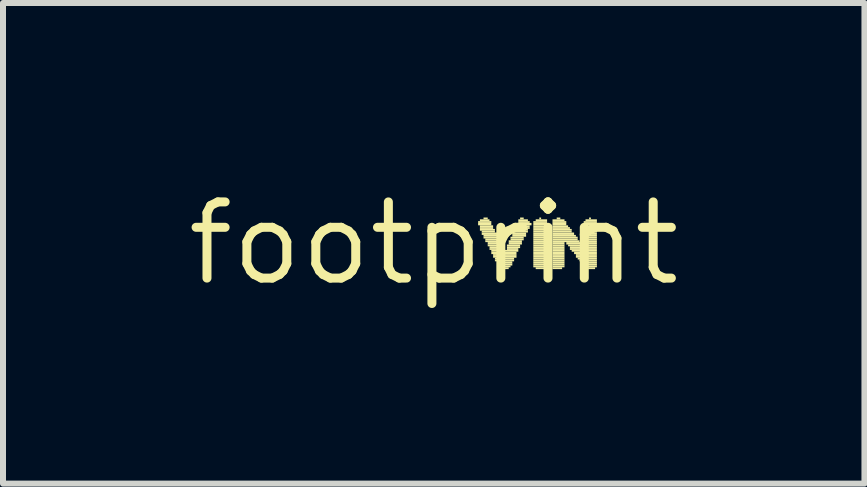
<source format=kicad_pcb>
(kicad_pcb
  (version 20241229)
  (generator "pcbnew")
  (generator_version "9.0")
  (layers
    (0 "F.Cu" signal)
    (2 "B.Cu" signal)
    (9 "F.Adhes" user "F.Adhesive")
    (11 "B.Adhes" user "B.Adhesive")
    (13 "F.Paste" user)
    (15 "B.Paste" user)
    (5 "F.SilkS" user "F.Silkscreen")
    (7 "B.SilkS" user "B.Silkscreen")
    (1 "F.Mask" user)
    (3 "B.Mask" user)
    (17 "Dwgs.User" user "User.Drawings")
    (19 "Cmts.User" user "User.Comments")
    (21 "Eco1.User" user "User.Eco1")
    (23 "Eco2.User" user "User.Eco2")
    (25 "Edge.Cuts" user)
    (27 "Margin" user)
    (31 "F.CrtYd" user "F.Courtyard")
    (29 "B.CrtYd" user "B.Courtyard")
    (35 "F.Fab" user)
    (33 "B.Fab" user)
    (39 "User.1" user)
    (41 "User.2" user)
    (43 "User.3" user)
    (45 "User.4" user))
  (footprint "footprint"
    (layer "F.Cu")
    (at 4.18 1.006)
    (property "Reference" "footprint" (at 0 0 0) (layer "F.SilkS") (effects (font (size 1.27 1.27) (thickness 0.15))))
    (fp_poly (pts (xy 0.74 -0.34) (xy 0.96 -0.34) (xy 0.96 -0.37) (xy 0.74 -0.37)) (stroke (width 0) (type solid)) (fill yes) (layer "F.SilkS"))
    (fp_poly (pts (xy 0.74 -0.3) (xy 0.96 -0.3) (xy 0.96 -0.34) (xy 0.74 -0.34)) (stroke (width 0) (type solid)) (fill yes) (layer "F.SilkS"))
    (fp_poly (pts (xy 0.77 -0.37) (xy 0.93 -0.37) (xy 0.93 -0.4) (xy 0.77 -0.4)) (stroke (width 0) (type solid)) (fill yes) (layer "F.SilkS"))
    (fp_poly (pts (xy 0.77 -0.27) (xy 0.99 -0.27) (xy 0.99 -0.3) (xy 0.77 -0.3)) (stroke (width 0) (type solid)) (fill yes) (layer "F.SilkS"))
    (fp_poly (pts (xy 0.77 -0.24) (xy 0.99 -0.24) (xy 0.99 -0.27) (xy 0.77 -0.27)) (stroke (width 0) (type solid)) (fill yes) (layer "F.SilkS"))
    (fp_poly (pts (xy 0.77 -0.21) (xy 1.02 -0.21) (xy 1.02 -0.24) (xy 0.77 -0.24)) (stroke (width 0) (type solid)) (fill yes) (layer "F.SilkS"))
    (fp_poly (pts (xy 0.8 -0.18) (xy 1.02 -0.18) (xy 1.02 -0.21) (xy 0.8 -0.21)) (stroke (width 0) (type solid)) (fill yes) (layer "F.SilkS"))
    (fp_poly (pts (xy 0.8 -0.14) (xy 1.06 -0.14) (xy 1.06 -0.18) (xy 0.8 -0.18)) (stroke (width 0) (type solid)) (fill yes) (layer "F.SilkS"))
    (fp_poly (pts (xy 0.83 -0.4) (xy 0.9 -0.4) (xy 0.9 -0.43) (xy 0.83 -0.43)) (stroke (width 0) (type solid)) (fill yes) (layer "F.SilkS"))
    (fp_poly (pts (xy 0.83 -0.11) (xy 1.06 -0.11) (xy 1.06 -0.14) (xy 0.83 -0.14)) (stroke (width 0) (type solid)) (fill yes) (layer "F.SilkS"))
    (fp_poly (pts (xy 0.83 -0.08) (xy 1.09 -0.08) (xy 1.09 -0.11) (xy 0.83 -0.11)) (stroke (width 0) (type solid)) (fill yes) (layer "F.SilkS"))
    (fp_poly (pts (xy 0.86 -0.05) (xy 1.09 -0.05) (xy 1.09 -0.08) (xy 0.86 -0.08)) (stroke (width 0) (type solid)) (fill yes) (layer "F.SilkS"))
    (fp_poly (pts (xy 0.86 -0.02) (xy 1.09 -0.02) (xy 1.09 -0.05) (xy 0.86 -0.05)) (stroke (width 0) (type solid)) (fill yes) (layer "F.SilkS"))
    (fp_poly (pts (xy 0.9 0.02) (xy 1.12 0.02) (xy 1.12 -0.02) (xy 0.9 -0.02)) (stroke (width 0) (type solid)) (fill yes) (layer "F.SilkS"))
    (fp_poly (pts (xy 0.9 0.05) (xy 1.12 0.05) (xy 1.12 0.02) (xy 0.9 0.02)) (stroke (width 0) (type solid)) (fill yes) (layer "F.SilkS"))
    (fp_poly (pts (xy 0.93 0.08) (xy 1.15 0.08) (xy 1.15 0.05) (xy 0.93 0.05)) (stroke (width 0) (type solid)) (fill yes) (layer "F.SilkS"))
    (fp_poly (pts (xy 0.93 0.11) (xy 1.15 0.11) (xy 1.15 0.08) (xy 0.93 0.08)) (stroke (width 0) (type solid)) (fill yes) (layer "F.SilkS"))
    (fp_poly (pts (xy 0.96 0.14) (xy 1.41 0.14) (xy 1.41 0.11) (xy 0.96 0.11)) (stroke (width 0) (type solid)) (fill yes) (layer "F.SilkS"))
    (fp_poly (pts (xy 0.96 0.18) (xy 1.38 0.18) (xy 1.38 0.14) (xy 0.96 0.14)) (stroke (width 0) (type solid)) (fill yes) (layer "F.SilkS"))
    (fp_poly (pts (xy 0.99 0.21) (xy 1.38 0.21) (xy 1.38 0.18) (xy 0.99 0.18)) (stroke (width 0) (type solid)) (fill yes) (layer "F.SilkS"))
    (fp_poly (pts (xy 0.99 0.24) (xy 1.38 0.24) (xy 1.38 0.21) (xy 0.99 0.21)) (stroke (width 0) (type solid)) (fill yes) (layer "F.SilkS"))
    (fp_poly (pts (xy 1.02 0.27) (xy 1.34 0.27) (xy 1.34 0.24) (xy 1.02 0.24)) (stroke (width 0) (type solid)) (fill yes) (layer "F.SilkS"))
    (fp_poly (pts (xy 1.02 0.3) (xy 1.34 0.3) (xy 1.34 0.27) (xy 1.02 0.27)) (stroke (width 0) (type solid)) (fill yes) (layer "F.SilkS"))
    (fp_poly (pts (xy 1.06 0.34) (xy 1.31 0.34) (xy 1.31 0.3) (xy 1.06 0.3)) (stroke (width 0) (type solid)) (fill yes) (layer "F.SilkS"))
    (fp_poly (pts (xy 1.06 0.37) (xy 1.31 0.37) (xy 1.31 0.34) (xy 1.06 0.34)) (stroke (width 0) (type solid)) (fill yes) (layer "F.SilkS"))
    (fp_poly (pts (xy 1.09 0.4) (xy 1.28 0.4) (xy 1.28 0.37) (xy 1.09 0.37)) (stroke (width 0) (type solid)) (fill yes) (layer "F.SilkS"))
    (fp_poly (pts (xy 1.12 0.43) (xy 1.25 0.43) (xy 1.25 0.4) (xy 1.12 0.4)) (stroke (width 0) (type solid)) (fill yes) (layer "F.SilkS"))
    (fp_poly (pts (xy 1.22 0.05) (xy 1.44 0.05) (xy 1.44 0.02) (xy 1.22 0.02)) (stroke (width 0) (type solid)) (fill yes) (layer "F.SilkS"))
    (fp_poly (pts (xy 1.22 0.08) (xy 1.44 0.08) (xy 1.44 0.05) (xy 1.22 0.05)) (stroke (width 0) (type solid)) (fill yes) (layer "F.SilkS"))
    (fp_poly (pts (xy 1.22 0.11) (xy 1.41 0.11) (xy 1.41 0.08) (xy 1.22 0.08)) (stroke (width 0) (type solid)) (fill yes) (layer "F.SilkS"))
    (fp_poly (pts (xy 1.25 -0.02) (xy 1.47 -0.02) (xy 1.47 -0.05) (xy 1.25 -0.05)) (stroke (width 0) (type solid)) (fill yes) (layer "F.SilkS"))
    (fp_poly (pts (xy 1.25 0.02) (xy 1.47 0.02) (xy 1.47 -0.02) (xy 1.25 -0.02)) (stroke (width 0) (type solid)) (fill yes) (layer "F.SilkS"))
    (fp_poly (pts (xy 1.28 -0.08) (xy 1.5 -0.08) (xy 1.5 -0.11) (xy 1.28 -0.11)) (stroke (width 0) (type solid)) (fill yes) (layer "F.SilkS"))
    (fp_poly (pts (xy 1.28 -0.05) (xy 1.5 -0.05) (xy 1.5 -0.08) (xy 1.28 -0.08)) (stroke (width 0) (type solid)) (fill yes) (layer "F.SilkS"))
    (fp_poly (pts (xy 1.31 -0.14) (xy 1.54 -0.14) (xy 1.54 -0.18) (xy 1.31 -0.18)) (stroke (width 0) (type solid)) (fill yes) (layer "F.SilkS"))
    (fp_poly (pts (xy 1.31 -0.11) (xy 1.54 -0.11) (xy 1.54 -0.14) (xy 1.31 -0.14)) (stroke (width 0) (type solid)) (fill yes) (layer "F.SilkS"))
    (fp_poly (pts (xy 1.34 -0.21) (xy 1.57 -0.21) (xy 1.57 -0.24) (xy 1.34 -0.24)) (stroke (width 0) (type solid)) (fill yes) (layer "F.SilkS"))
    (fp_poly (pts (xy 1.34 -0.18) (xy 1.57 -0.18) (xy 1.57 -0.21) (xy 1.34 -0.21)) (stroke (width 0) (type solid)) (fill yes) (layer "F.SilkS"))
    (fp_poly (pts (xy 1.38 -0.3) (xy 1.63 -0.3) (xy 1.63 -0.34) (xy 1.38 -0.34)) (stroke (width 0) (type solid)) (fill yes) (layer "F.SilkS"))
    (fp_poly (pts (xy 1.38 -0.27) (xy 1.6 -0.27) (xy 1.6 -0.3) (xy 1.38 -0.3)) (stroke (width 0) (type solid)) (fill yes) (layer "F.SilkS"))
    (fp_poly (pts (xy 1.38 -0.24) (xy 1.6 -0.24) (xy 1.6 -0.27) (xy 1.38 -0.27)) (stroke (width 0) (type solid)) (fill yes) (layer "F.SilkS"))
    (fp_poly (pts (xy 1.41 -0.37) (xy 1.57 -0.37) (xy 1.57 -0.4) (xy 1.41 -0.4)) (stroke (width 0) (type solid)) (fill yes) (layer "F.SilkS"))
    (fp_poly (pts (xy 1.41 -0.34) (xy 1.6 -0.34) (xy 1.6 -0.37) (xy 1.41 -0.37)) (stroke (width 0) (type solid)) (fill yes) (layer "F.SilkS"))
    (fp_poly (pts (xy 1.44 -0.4) (xy 1.5 -0.4) (xy 1.5 -0.43) (xy 1.44 -0.43)) (stroke (width 0) (type solid)) (fill yes) (layer "F.SilkS"))
    (fp_poly (pts (xy 1.66 -0.34) (xy 1.89 -0.34) (xy 1.89 -0.37) (xy 1.66 -0.37)) (stroke (width 0) (type solid)) (fill yes) (layer "F.SilkS"))
    (fp_poly (pts (xy 1.66 -0.3) (xy 1.89 -0.3) (xy 1.89 -0.34) (xy 1.66 -0.34)) (stroke (width 0) (type solid)) (fill yes) (layer "F.SilkS"))
    (fp_poly (pts (xy 1.66 -0.27) (xy 1.89 -0.27) (xy 1.89 -0.3) (xy 1.66 -0.3)) (stroke (width 0) (type solid)) (fill yes) (layer "F.SilkS"))
    (fp_poly (pts (xy 1.66 -0.24) (xy 1.89 -0.24) (xy 1.89 -0.27) (xy 1.66 -0.27)) (stroke (width 0) (type solid)) (fill yes) (layer "F.SilkS"))
    (fp_poly (pts (xy 1.66 -0.21) (xy 1.89 -0.21) (xy 1.89 -0.24) (xy 1.66 -0.24)) (stroke (width 0) (type solid)) (fill yes) (layer "F.SilkS"))
    (fp_poly (pts (xy 1.66 -0.18) (xy 1.89 -0.18) (xy 1.89 -0.21) (xy 1.66 -0.21)) (stroke (width 0) (type solid)) (fill yes) (layer "F.SilkS"))
    (fp_poly (pts (xy 1.66 -0.14) (xy 1.89 -0.14) (xy 1.89 -0.18) (xy 1.66 -0.18)) (stroke (width 0) (type solid)) (fill yes) (layer "F.SilkS"))
    (fp_poly (pts (xy 1.66 -0.11) (xy 1.89 -0.11) (xy 1.89 -0.14) (xy 1.66 -0.14)) (stroke (width 0) (type solid)) (fill yes) (layer "F.SilkS"))
    (fp_poly (pts (xy 1.66 -0.08) (xy 1.89 -0.08) (xy 1.89 -0.11) (xy 1.66 -0.11)) (stroke (width 0) (type solid)) (fill yes) (layer "F.SilkS"))
    (fp_poly (pts (xy 1.66 -0.05) (xy 1.89 -0.05) (xy 1.89 -0.08) (xy 1.66 -0.08)) (stroke (width 0) (type solid)) (fill yes) (layer "F.SilkS"))
    (fp_poly (pts (xy 1.66 -0.02) (xy 1.89 -0.02) (xy 1.89 -0.05) (xy 1.66 -0.05)) (stroke (width 0) (type solid)) (fill yes) (layer "F.SilkS"))
    (fp_poly (pts (xy 1.66 0.02) (xy 1.89 0.02) (xy 1.89 -0.02) (xy 1.66 -0.02)) (stroke (width 0) (type solid)) (fill yes) (layer "F.SilkS"))
    (fp_poly (pts (xy 1.66 0.05) (xy 1.89 0.05) (xy 1.89 0.02) (xy 1.66 0.02)) (stroke (width 0) (type solid)) (fill yes) (layer "F.SilkS"))
    (fp_poly (pts (xy 1.66 0.08) (xy 1.89 0.08) (xy 1.89 0.05) (xy 1.66 0.05)) (stroke (width 0) (type solid)) (fill yes) (layer "F.SilkS"))
    (fp_poly (pts (xy 1.66 0.11) (xy 1.89 0.11) (xy 1.89 0.08) (xy 1.66 0.08)) (stroke (width 0) (type solid)) (fill yes) (layer "F.SilkS"))
    (fp_poly (pts (xy 1.66 0.14) (xy 1.89 0.14) (xy 1.89 0.11) (xy 1.66 0.11)) (stroke (width 0) (type solid)) (fill yes) (layer "F.SilkS"))
    (fp_poly (pts (xy 1.66 0.18) (xy 1.89 0.18) (xy 1.89 0.14) (xy 1.66 0.14)) (stroke (width 0) (type solid)) (fill yes) (layer "F.SilkS"))
    (fp_poly (pts (xy 1.66 0.21) (xy 1.89 0.21) (xy 1.89 0.18) (xy 1.66 0.18)) (stroke (width 0) (type solid)) (fill yes) (layer "F.SilkS"))
    (fp_poly (pts (xy 1.66 0.24) (xy 1.89 0.24) (xy 1.89 0.21) (xy 1.66 0.21)) (stroke (width 0) (type solid)) (fill yes) (layer "F.SilkS"))
    (fp_poly (pts (xy 1.66 0.27) (xy 1.89 0.27) (xy 1.89 0.24) (xy 1.66 0.24)) (stroke (width 0) (type solid)) (fill yes) (layer "F.SilkS"))
    (fp_poly (pts (xy 1.66 0.3) (xy 1.89 0.3) (xy 1.89 0.27) (xy 1.66 0.27)) (stroke (width 0) (type solid)) (fill yes) (layer "F.SilkS"))
    (fp_poly (pts (xy 1.66 0.34) (xy 1.89 0.34) (xy 1.89 0.3) (xy 1.66 0.3)) (stroke (width 0) (type solid)) (fill yes) (layer "F.SilkS"))
    (fp_poly (pts (xy 1.66 0.37) (xy 1.89 0.37) (xy 1.89 0.34) (xy 1.66 0.34)) (stroke (width 0) (type solid)) (fill yes) (layer "F.SilkS"))
    (fp_poly (pts (xy 1.66 0.4) (xy 1.89 0.4) (xy 1.89 0.37) (xy 1.66 0.37)) (stroke (width 0) (type solid)) (fill yes) (layer "F.SilkS"))
    (fp_poly (pts (xy 1.7 -0.37) (xy 1.89 -0.37) (xy 1.89 -0.4) (xy 1.7 -0.4)) (stroke (width 0) (type solid)) (fill yes) (layer "F.SilkS"))
    (fp_poly (pts (xy 1.7 0.43) (xy 1.86 0.43) (xy 1.86 0.4) (xy 1.7 0.4)) (stroke (width 0) (type solid)) (fill yes) (layer "F.SilkS"))
    (fp_poly (pts (xy 1.76 -0.4) (xy 1.79 -0.4) (xy 1.79 -0.43) (xy 1.76 -0.43)) (stroke (width 0) (type solid)) (fill yes) (layer "F.SilkS"))
    (fp_poly (pts (xy 1.98 -0.37) (xy 2.18 -0.37) (xy 2.18 -0.4) (xy 1.98 -0.4)) (stroke (width 0) (type solid)) (fill yes) (layer "F.SilkS"))
    (fp_poly (pts (xy 1.98 -0.34) (xy 2.21 -0.34) (xy 2.21 -0.37) (xy 1.98 -0.37)) (stroke (width 0) (type solid)) (fill yes) (layer "F.SilkS"))
    (fp_poly (pts (xy 1.98 -0.3) (xy 2.21 -0.3) (xy 2.21 -0.34) (xy 1.98 -0.34)) (stroke (width 0) (type solid)) (fill yes) (layer "F.SilkS"))
    (fp_poly (pts (xy 1.98 -0.27) (xy 2.24 -0.27) (xy 2.24 -0.3) (xy 1.98 -0.3)) (stroke (width 0) (type solid)) (fill yes) (layer "F.SilkS"))
    (fp_poly (pts (xy 1.98 -0.24) (xy 2.27 -0.24) (xy 2.27 -0.27) (xy 1.98 -0.27)) (stroke (width 0) (type solid)) (fill yes) (layer "F.SilkS"))
    (fp_poly (pts (xy 1.98 -0.21) (xy 2.3 -0.21) (xy 2.3 -0.24) (xy 1.98 -0.24)) (stroke (width 0) (type solid)) (fill yes) (layer "F.SilkS"))
    (fp_poly (pts (xy 1.98 -0.18) (xy 2.3 -0.18) (xy 2.3 -0.21) (xy 1.98 -0.21)) (stroke (width 0) (type solid)) (fill yes) (layer "F.SilkS"))
    (fp_poly (pts (xy 1.98 -0.14) (xy 2.34 -0.14) (xy 2.34 -0.18) (xy 1.98 -0.18)) (stroke (width 0) (type solid)) (fill yes) (layer "F.SilkS"))
    (fp_poly (pts (xy 1.98 -0.11) (xy 2.37 -0.11) (xy 2.37 -0.14) (xy 1.98 -0.14)) (stroke (width 0) (type solid)) (fill yes) (layer "F.SilkS"))
    (fp_poly (pts (xy 1.98 -0.08) (xy 2.4 -0.08) (xy 2.4 -0.11) (xy 1.98 -0.11)) (stroke (width 0) (type solid)) (fill yes) (layer "F.SilkS"))
    (fp_poly (pts (xy 1.98 -0.05) (xy 2.4 -0.05) (xy 2.4 -0.08) (xy 1.98 -0.08)) (stroke (width 0) (type solid)) (fill yes) (layer "F.SilkS"))
    (fp_poly (pts (xy 1.98 -0.02) (xy 2.43 -0.02) (xy 2.43 -0.05) (xy 1.98 -0.05)) (stroke (width 0) (type solid)) (fill yes) (layer "F.SilkS"))
    (fp_poly (pts (xy 1.98 0.02) (xy 2.18 0.02) (xy 2.18 -0.02) (xy 1.98 -0.02)) (stroke (width 0) (type solid)) (fill yes) (layer "F.SilkS"))
    (fp_poly (pts (xy 1.98 0.05) (xy 2.18 0.05) (xy 2.18 0.02) (xy 1.98 0.02)) (stroke (width 0) (type solid)) (fill yes) (layer "F.SilkS"))
    (fp_poly (pts (xy 1.98 0.08) (xy 2.18 0.08) (xy 2.18 0.05) (xy 1.98 0.05)) (stroke (width 0) (type solid)) (fill yes) (layer "F.SilkS"))
    (fp_poly (pts (xy 1.98 0.11) (xy 2.18 0.11) (xy 2.18 0.08) (xy 1.98 0.08)) (stroke (width 0) (type solid)) (fill yes) (layer "F.SilkS"))
    (fp_poly (pts (xy 1.98 0.14) (xy 2.18 0.14) (xy 2.18 0.11) (xy 1.98 0.11)) (stroke (width 0) (type solid)) (fill yes) (layer "F.SilkS"))
    (fp_poly (pts (xy 1.98 0.18) (xy 2.18 0.18) (xy 2.18 0.14) (xy 1.98 0.14)) (stroke (width 0) (type solid)) (fill yes) (layer "F.SilkS"))
    (fp_poly (pts (xy 1.98 0.21) (xy 2.18 0.21) (xy 2.18 0.18) (xy 1.98 0.18)) (stroke (width 0) (type solid)) (fill yes) (layer "F.SilkS"))
    (fp_poly (pts (xy 1.98 0.24) (xy 2.18 0.24) (xy 2.18 0.21) (xy 1.98 0.21)) (stroke (width 0) (type solid)) (fill yes) (layer "F.SilkS"))
    (fp_poly (pts (xy 1.98 0.27) (xy 2.18 0.27) (xy 2.18 0.24) (xy 1.98 0.24)) (stroke (width 0) (type solid)) (fill yes) (layer "F.SilkS"))
    (fp_poly (pts (xy 1.98 0.3) (xy 2.18 0.3) (xy 2.18 0.27) (xy 1.98 0.27)) (stroke (width 0) (type solid)) (fill yes) (layer "F.SilkS"))
    (fp_poly (pts (xy 1.98 0.34) (xy 2.18 0.34) (xy 2.18 0.3) (xy 1.98 0.3)) (stroke (width 0) (type solid)) (fill yes) (layer "F.SilkS"))
    (fp_poly (pts (xy 1.98 0.37) (xy 2.18 0.37) (xy 2.18 0.34) (xy 1.98 0.34)) (stroke (width 0) (type solid)) (fill yes) (layer "F.SilkS"))
    (fp_poly (pts (xy 1.98 0.4) (xy 2.18 0.4) (xy 2.18 0.37) (xy 1.98 0.37)) (stroke (width 0) (type solid)) (fill yes) (layer "F.SilkS"))
    (fp_poly (pts (xy 1.98 0.43) (xy 2.14 0.43) (xy 2.14 0.4) (xy 1.98 0.4)) (stroke (width 0) (type solid)) (fill yes) (layer "F.SilkS"))
    (fp_poly (pts (xy 2.05 -0.4) (xy 2.11 -0.4) (xy 2.11 -0.43) (xy 2.05 -0.43)) (stroke (width 0) (type solid)) (fill yes) (layer "F.SilkS"))
    (fp_poly (pts (xy 2.21 0.02) (xy 2.46 0.02) (xy 2.46 -0.02) (xy 2.21 -0.02)) (stroke (width 0) (type solid)) (fill yes) (layer "F.SilkS"))
    (fp_poly (pts (xy 2.24 0.05) (xy 2.72 0.05) (xy 2.72 0.02) (xy 2.24 0.02)) (stroke (width 0) (type solid)) (fill yes) (layer "F.SilkS"))
    (fp_poly (pts (xy 2.27 0.08) (xy 2.72 0.08) (xy 2.72 0.05) (xy 2.27 0.05)) (stroke (width 0) (type solid)) (fill yes) (layer "F.SilkS"))
    (fp_poly (pts (xy 2.27 0.11) (xy 2.72 0.11) (xy 2.72 0.08) (xy 2.27 0.08)) (stroke (width 0) (type solid)) (fill yes) (layer "F.SilkS"))
    (fp_poly (pts (xy 2.3 0.14) (xy 2.72 0.14) (xy 2.72 0.11) (xy 2.3 0.11)) (stroke (width 0) (type solid)) (fill yes) (layer "F.SilkS"))
    (fp_poly (pts (xy 2.34 0.18) (xy 2.72 0.18) (xy 2.72 0.14) (xy 2.34 0.14)) (stroke (width 0) (type solid)) (fill yes) (layer "F.SilkS"))
    (fp_poly (pts (xy 2.37 0.21) (xy 2.72 0.21) (xy 2.72 0.18) (xy 2.37 0.18)) (stroke (width 0) (type solid)) (fill yes) (layer "F.SilkS"))
    (fp_poly (pts (xy 2.37 0.24) (xy 2.72 0.24) (xy 2.72 0.21) (xy 2.37 0.21)) (stroke (width 0) (type solid)) (fill yes) (layer "F.SilkS"))
    (fp_poly (pts (xy 2.4 0.27) (xy 2.72 0.27) (xy 2.72 0.24) (xy 2.4 0.24)) (stroke (width 0) (type solid)) (fill yes) (layer "F.SilkS"))
    (fp_poly (pts (xy 2.43 0.3) (xy 2.72 0.3) (xy 2.72 0.27) (xy 2.43 0.27)) (stroke (width 0) (type solid)) (fill yes) (layer "F.SilkS"))
    (fp_poly (pts (xy 2.46 0.34) (xy 2.72 0.34) (xy 2.72 0.3) (xy 2.46 0.3)) (stroke (width 0) (type solid)) (fill yes) (layer "F.SilkS"))
    (fp_poly (pts (xy 2.46 0.37) (xy 2.72 0.37) (xy 2.72 0.34) (xy 2.46 0.34)) (stroke (width 0) (type solid)) (fill yes) (layer "F.SilkS"))
    (fp_poly (pts (xy 2.5 -0.34) (xy 2.72 -0.34) (xy 2.72 -0.37) (xy 2.5 -0.37)) (stroke (width 0) (type solid)) (fill yes) (layer "F.SilkS"))
    (fp_poly (pts (xy 2.5 -0.3) (xy 2.72 -0.3) (xy 2.72 -0.34) (xy 2.5 -0.34)) (stroke (width 0) (type solid)) (fill yes) (layer "F.SilkS"))
    (fp_poly (pts (xy 2.5 -0.27) (xy 2.72 -0.27) (xy 2.72 -0.3) (xy 2.5 -0.3)) (stroke (width 0) (type solid)) (fill yes) (layer "F.SilkS"))
    (fp_poly (pts (xy 2.5 -0.24) (xy 2.72 -0.24) (xy 2.72 -0.27) (xy 2.5 -0.27)) (stroke (width 0) (type solid)) (fill yes) (layer "F.SilkS"))
    (fp_poly (pts (xy 2.5 -0.21) (xy 2.72 -0.21) (xy 2.72 -0.24) (xy 2.5 -0.24)) (stroke (width 0) (type solid)) (fill yes) (layer "F.SilkS"))
    (fp_poly (pts (xy 2.5 -0.18) (xy 2.72 -0.18) (xy 2.72 -0.21) (xy 2.5 -0.21)) (stroke (width 0) (type solid)) (fill yes) (layer "F.SilkS"))
    (fp_poly (pts (xy 2.5 -0.14) (xy 2.72 -0.14) (xy 2.72 -0.18) (xy 2.5 -0.18)) (stroke (width 0) (type solid)) (fill yes) (layer "F.SilkS"))
    (fp_poly (pts (xy 2.5 -0.11) (xy 2.72 -0.11) (xy 2.72 -0.14) (xy 2.5 -0.14)) (stroke (width 0) (type solid)) (fill yes) (layer "F.SilkS"))
    (fp_poly (pts (xy 2.5 -0.08) (xy 2.72 -0.08) (xy 2.72 -0.11) (xy 2.5 -0.11)) (stroke (width 0) (type solid)) (fill yes) (layer "F.SilkS"))
    (fp_poly (pts (xy 2.5 -0.05) (xy 2.72 -0.05) (xy 2.72 -0.08) (xy 2.5 -0.08)) (stroke (width 0) (type solid)) (fill yes) (layer "F.SilkS"))
    (fp_poly (pts (xy 2.5 -0.02) (xy 2.72 -0.02) (xy 2.72 -0.05) (xy 2.5 -0.05)) (stroke (width 0) (type solid)) (fill yes) (layer "F.SilkS"))
    (fp_poly (pts (xy 2.5 0.02) (xy 2.72 0.02) (xy 2.72 -0.02) (xy 2.5 -0.02)) (stroke (width 0) (type solid)) (fill yes) (layer "F.SilkS"))
    (fp_poly (pts (xy 2.5 0.4) (xy 2.72 0.4) (xy 2.72 0.37) (xy 2.5 0.37)) (stroke (width 0) (type solid)) (fill yes) (layer "F.SilkS"))
    (fp_poly (pts (xy 2.53 -0.37) (xy 2.72 -0.37) (xy 2.72 -0.4) (xy 2.53 -0.4)) (stroke (width 0) (type solid)) (fill yes) (layer "F.SilkS"))
    (fp_poly (pts (xy 2.53 0.43) (xy 2.69 0.43) (xy 2.69 0.4) (xy 2.53 0.4)) (stroke (width 0) (type solid)) (fill yes) (layer "F.SilkS"))
    (fp_poly (pts (xy 2.59 -0.4) (xy 2.62 -0.4) (xy 2.62 -0.43) (xy 2.59 -0.43)) (stroke (width 0) (type solid)) (fill yes) (layer "F.SilkS")))
  (gr_rect
    (start -3 -3)
    (end 11.36 5.012)
    (stroke (width 0.1) (type default))
    (fill no)
    (layer "Edge.Cuts")))
</source>
